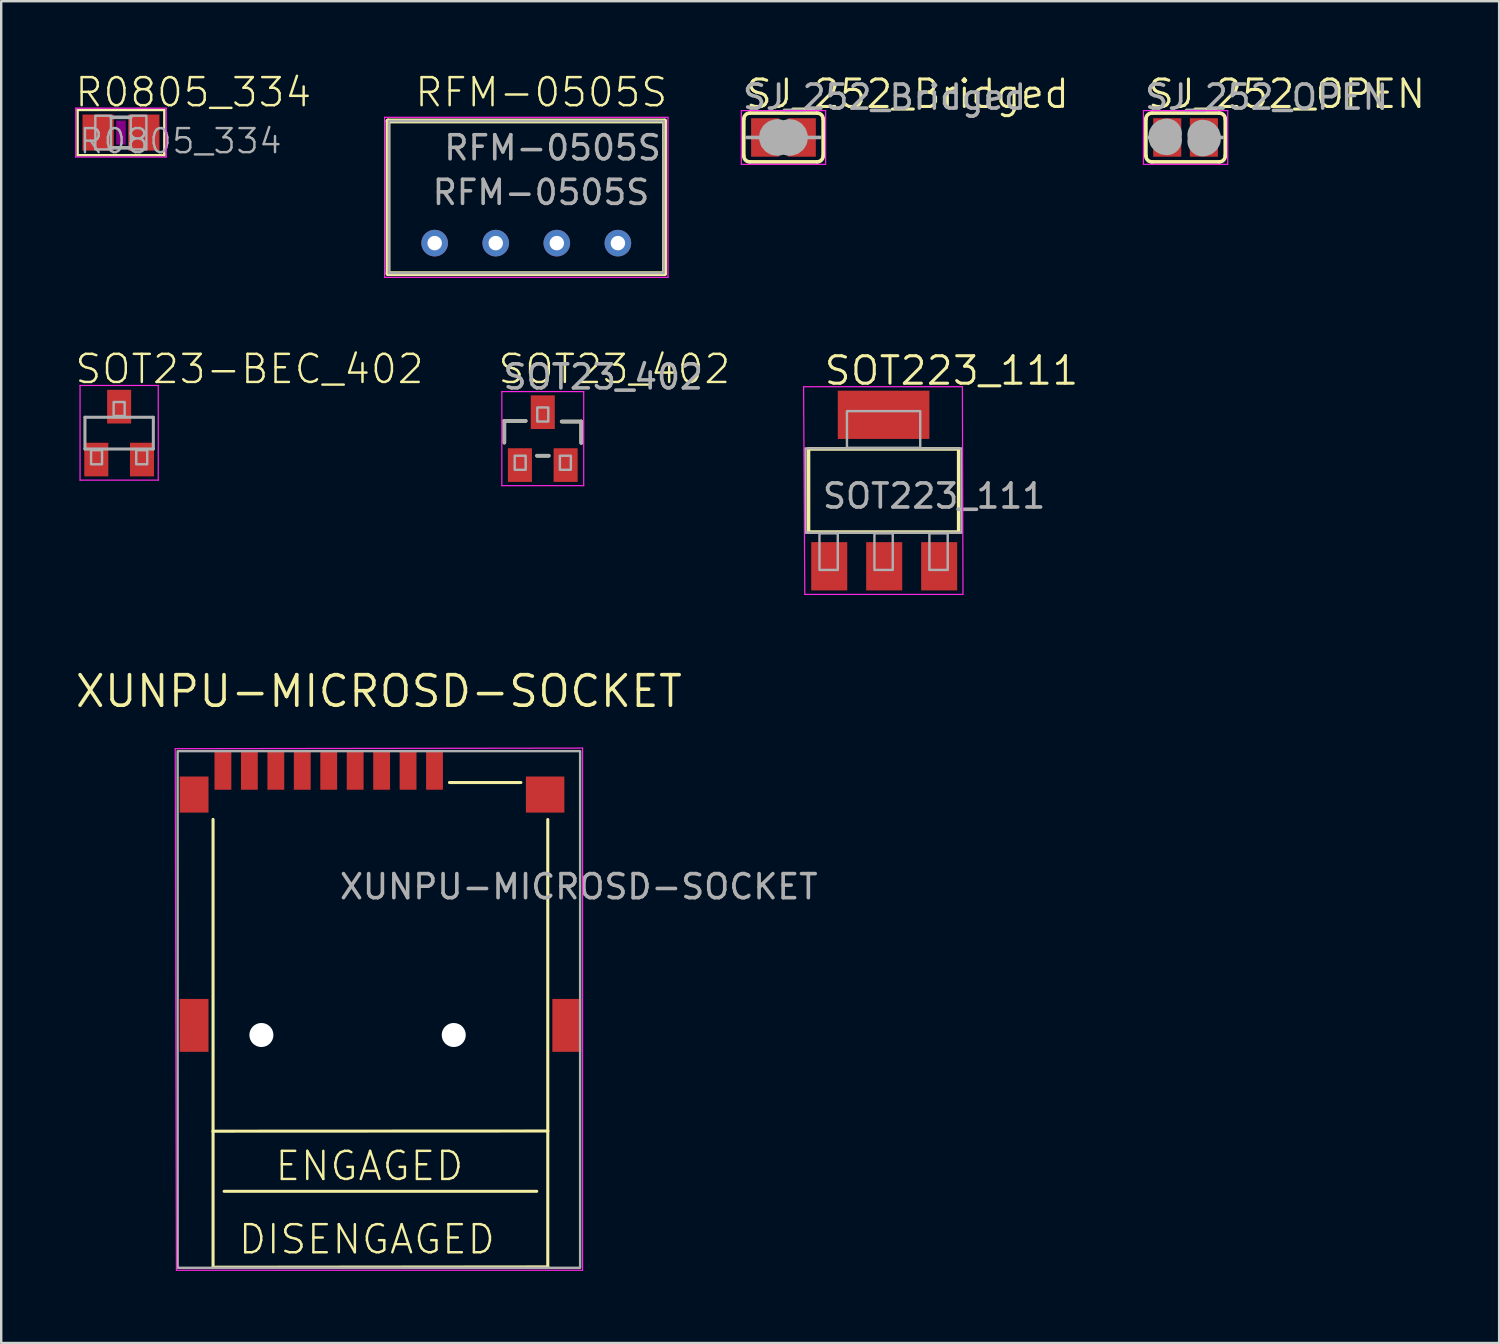
<source format=kicad_pcb>
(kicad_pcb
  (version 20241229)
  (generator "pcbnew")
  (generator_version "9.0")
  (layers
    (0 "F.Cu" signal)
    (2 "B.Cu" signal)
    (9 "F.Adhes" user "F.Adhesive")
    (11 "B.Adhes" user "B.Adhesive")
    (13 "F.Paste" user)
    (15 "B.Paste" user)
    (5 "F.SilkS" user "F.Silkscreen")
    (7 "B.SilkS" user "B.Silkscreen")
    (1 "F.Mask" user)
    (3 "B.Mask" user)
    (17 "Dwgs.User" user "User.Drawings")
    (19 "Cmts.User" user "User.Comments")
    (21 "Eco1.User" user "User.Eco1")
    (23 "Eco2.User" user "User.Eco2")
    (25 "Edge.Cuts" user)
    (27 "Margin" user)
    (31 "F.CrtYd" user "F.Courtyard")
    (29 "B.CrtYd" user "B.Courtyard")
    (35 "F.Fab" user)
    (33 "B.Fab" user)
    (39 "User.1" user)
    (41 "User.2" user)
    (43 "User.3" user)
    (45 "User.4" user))
  (footprint "SOT223_111"
    (layer "F.Cu")
    (at 33.697 17.351)
    (property "Reference" "SOT223_111" (at -2.54 -4.318 0) (unlocked yes) (layer "F.SilkS") (effects (font (size 1.143 1.143) (thickness 0.127)) (justify left bottom)))
    (attr smd)
    (fp_line (start -3.124 -1.731) (end -3.124 1.729) (stroke (width 0.152) (type solid)) (layer "F.SilkS"))
    (fp_line (start -3.124 -1.731) (end 3.124 -1.731) (stroke (width 0.152) (type solid)) (layer "F.SilkS"))
    (fp_line (start 3.124 1.729) (end -3.124 1.729) (stroke (width 0.152) (type solid)) (layer "F.SilkS"))
    (fp_line (start 3.124 1.729) (end 3.124 -1.731) (stroke (width 0.152) (type solid)) (layer "F.SilkS"))
    (fp_line (start -3.327 -4.318) (end 3.277 -4.318) (stroke (width 0.05) (type default)) (layer "F.CrtYd"))
    (fp_line (start -3.277 4.318) (end -3.327 -4.318) (stroke (width 0.05) (type default)) (layer "F.CrtYd"))
    (fp_line (start 3.277 -4.318) (end 3.302 4.318) (stroke (width 0.05) (type default)) (layer "F.CrtYd"))
    (fp_line (start 3.302 4.318) (end -3.277 4.318) (stroke (width 0.05) (type default)) (layer "F.CrtYd"))
    (fp_rect (start -3.251 -1.753) (end 3.251 1.753) (stroke (width 0.1) (type default)) (fill no) (layer "F.Fab"))
    (fp_poly (pts (xy -2.667 3.302) (xy -1.905 3.302) (xy -1.905 1.778) (xy -2.667 1.778)) (stroke (width 0.1) (type default)) (fill no) (layer "F.Fab"))
    (fp_poly (pts (xy -1.524 -1.778) (xy 1.524 -1.778) (xy 1.524 -3.302) (xy -1.524 -3.302)) (stroke (width 0.1) (type default)) (fill no) (layer "F.Fab"))
    (fp_poly (pts (xy -0.381 3.302) (xy 0.381 3.302) (xy 0.381 1.778) (xy -0.381 1.778)) (stroke (width 0.1) (type default)) (fill no) (layer "F.Fab"))
    (fp_poly (pts (xy 1.905 3.302) (xy 2.667 3.302) (xy 2.667 1.778) (xy 1.905 1.778)) (stroke (width 0.1) (type default)) (fill no) (layer "F.Fab"))
    (fp_text user "${REFERENCE}" (at -2.616 0.813 0) (unlocked yes) (layer "F.Fab") (effects (font (size 1 1) (thickness 0.15)) (justify left bottom)))
    (pad "1" smd rect (at -2.261 3.15) (size 1.499 2.007) (layers "F.Cu" "F.Mask" "F.Paste"))
    (pad "2" smd rect (at 0.025 3.15) (size 1.499 2.007) (layers "F.Cu" "F.Mask" "F.Paste"))
    (pad "3" smd rect (at 2.311 3.15) (size 1.499 2.007) (layers "F.Cu" "F.Mask" "F.Paste"))
    (pad "4" smd rect (at 0 -3.15) (size 3.81 2.007) (layers "F.Cu" "F.Mask" "F.Paste")))
  (footprint "R0805_334"
    (layer "F.Cu")
    (at 1.981 2.464)
    (property "Reference" "R0805_334" (at -1.981 -0.991 0) (unlocked yes) (layer "F.SilkS") (effects (font (size 1.168 1.168) (thickness 0.102)) (justify left bottom)))
    (attr smd)
    (fp_line (start -1.803 -0.94) (end 1.803 -0.94) (stroke (width 0.1) (type default)) (layer "F.SilkS"))
    (fp_line (start -1.803 0.94) (end -1.803 -0.94) (stroke (width 0.1) (type default)) (layer "F.SilkS"))
    (fp_line (start 1.803 -0.94) (end 1.803 0.889) (stroke (width 0.1) (type default)) (layer "F.SilkS"))
    (fp_line (start 1.803 0.889) (end 1.803 0.94) (stroke (width 0.1) (type default)) (layer "F.SilkS"))
    (fp_line (start 1.803 0.94) (end -1.803 0.94) (stroke (width 0.1) (type default)) (layer "F.SilkS"))
    (fp_poly (pts (xy -0.2 0.5) (xy 0.2 0.5) (xy 0.2 -0.5) (xy -0.2 -0.5)) (stroke (width 0) (type default)) (fill yes) (layer "F.Adhes"))
    (fp_line (start -1.88 -1.016) (end 1.88 -1.016) (stroke (width 0.051) (type solid)) (layer "F.CrtYd"))
    (fp_line (start -1.88 1.016) (end -1.88 -1.016) (stroke (width 0.051) (type solid)) (layer "F.CrtYd"))
    (fp_line (start 1.88 -1.016) (end 1.88 1.016) (stroke (width 0.051) (type solid)) (layer "F.CrtYd"))
    (fp_line (start 1.88 1.016) (end -1.88 1.016) (stroke (width 0.051) (type solid)) (layer "F.CrtYd"))
    (fp_line (start -0.41 -0.635) (end 0.41 -0.635) (stroke (width 0.152) (type solid)) (layer "F.Fab"))
    (fp_line (start -0.41 0.635) (end 0.41 0.635) (stroke (width 0.152) (type solid)) (layer "F.Fab"))
    (fp_poly (pts (xy -1.067 0.699) (xy -0.417 0.699) (xy -0.417 -0.702) (xy -1.067 -0.702)) (stroke (width 0.1) (type default)) (fill no) (layer "F.Fab"))
    (fp_poly (pts (xy 0.406 0.699) (xy 1.056 0.699) (xy 1.056 -0.702) (xy 0.406 -0.702)) (stroke (width 0.1) (type default)) (fill no) (layer "F.Fab"))
    (fp_text user "${REFERENCE}" (at -1.803 0.94 0) (unlocked yes) (layer "F.Fab") (effects (font (size 1 1) (thickness 0.1)) (justify left bottom)))
    (pad "1" smd rect (at -0.95 0) (size 1.3 1.5) (layers "F.Cu" "F.Mask" "F.Paste"))
    (pad "2" smd rect (at 0.95 0) (size 1.3 1.5) (layers "F.Cu" "F.Mask" "F.Paste")))
  (footprint "XUNPU-MICROSD-SOCKET"
    (layer "F.Cu")
    (at 12.771 36.469)
    (property "Reference" "XUNPU-MICROSD-SOCKET" (at -0.064 -10.77 0) (layer "F.SilkS") (effects (font (size 1.27 1.27) (thickness 0.15))))
    (fp_line (start -6.96 7.518) (end -6.96 -5.442) (stroke (width 0.127) (type solid)) (layer "F.SilkS"))
    (fp_line (start -6.96 7.533) (end -6.96 13.183) (stroke (width 0.127) (type solid)) (layer "F.SilkS"))
    (fp_line (start -6.96 13.183) (end 6.96 13.168) (stroke (width 0.127) (type solid)) (layer "F.SilkS"))
    (fp_line (start -6.5 10.025) (end 6.5 10.025) (stroke (width 0.127) (type solid)) (layer "F.SilkS"))
    (fp_line (start 2.87 -6.975) (end 5.842 -6.975) (stroke (width 0.127) (type solid)) (layer "F.SilkS"))
    (fp_line (start 6.96 -5.436) (end 6.96 7.518) (stroke (width 0.127) (type solid)) (layer "F.SilkS"))
    (fp_line (start 6.96 7.518) (end -6.96 7.525) (stroke (width 0.127) (type solid)) (layer "F.SilkS"))
    (fp_line (start 6.96 13.168) (end 6.96 7.518) (stroke (width 0.127) (type solid)) (layer "F.SilkS"))
    (fp_line (start -8.534 -8.382) (end -8.484 13.31) (stroke (width 0.05) (type default)) (layer "F.CrtYd"))
    (fp_line (start -8.534 -8.382) (end 8.407 -8.407) (stroke (width 0.05) (type default)) (layer "F.CrtYd"))
    (fp_line (start 8.407 -8.407) (end 8.407 13.31) (stroke (width 0.05) (type default)) (layer "F.CrtYd"))
    (fp_line (start 8.407 13.31) (end -8.484 13.31) (stroke (width 0.05) (type default)) (layer "F.CrtYd"))
    (fp_rect (start -8.433 -8.28) (end 8.306 13.208) (stroke (width 0.1) (type default)) (fill no) (layer "F.Fab"))
    (fp_text user "DISENGAGED" (at -5.969 12.707 0) (unlocked yes) (layer "F.SilkS") (effects (font (size 1.168 1.168) (thickness 0.102)) (justify left bottom)))
    (fp_text user "ENGAGED" (at -4.445 9.659 0) (unlocked yes) (layer "F.SilkS") (effects (font (size 1.168 1.168) (thickness 0.102)) (justify left bottom)))
    (fp_text user "${REFERENCE}" (at -1.778 -2.057 0) (unlocked yes) (layer "F.Fab") (effects (font (size 1 1) (thickness 0.15)) (justify left bottom)))
    (pad "" np_thru_hole circle (at -4.95 3.525) (size 1 1) (drill 1) (layers "*.Cu" "*.Mask"))
    (pad "" np_thru_hole circle (at 3.05 3.525) (size 1 1) (drill 1) (layers "*.Cu" "*.Mask"))
    (pad "1" smd rect (at 2.25 -7.475 90) (size 1.6 0.7) (layers "F.Cu" "F.Mask" "F.Paste"))
    (pad "2" smd rect (at 1.15 -7.475 90) (size 1.6 0.7) (layers "F.Cu" "F.Mask" "F.Paste"))
    (pad "3" smd rect (at 0.05 -7.475 90) (size 1.6 0.7) (layers "F.Cu" "F.Mask" "F.Paste"))
    (pad "4" smd rect (at -1.05 -7.475 90) (size 1.6 0.7) (layers "F.Cu" "F.Mask" "F.Paste"))
    (pad "5" smd rect (at -2.15 -7.475 90) (size 1.6 0.7) (layers "F.Cu" "F.Mask" "F.Paste"))
    (pad "6" smd rect (at -3.25 -7.475 90) (size 1.6 0.7) (layers "F.Cu" "F.Mask" "F.Paste"))
    (pad "7" smd rect (at -4.35 -7.475 90) (size 1.6 0.7) (layers "F.Cu" "F.Mask" "F.Paste"))
    (pad "8" smd rect (at -5.45 -7.475 90) (size 1.6 0.7) (layers "F.Cu" "F.Mask" "F.Paste"))
    (pad "CD" smd rect (at -6.55 -7.475 90) (size 1.6 0.7) (layers "F.Cu" "F.Mask" "F.Paste"))
    (pad "GND1" smd rect (at -7.75 -6.475) (size 1.2 1.5) (layers "F.Cu" "F.Mask" "F.Paste"))
    (pad "GND2" smd rect (at -7.75 3.125) (size 1.2 2.2) (layers "F.Cu" "F.Mask" "F.Paste"))
    (pad "GND3" smd rect (at 7.75 3.125) (size 1.2 2.2) (layers "F.Cu" "F.Mask" "F.Paste"))
    (pad "GND4" smd rect (at 6.85 -6.475) (size 1.6 1.5) (layers "F.Cu" "F.Mask" "F.Paste")))
  (footprint "RFM-0505S"
    (layer "F.Cu")
    (at 18.837 7.061)
    (property "Reference" "RFM-0505S" (at -4.699 -5.588 0) (unlocked yes) (layer "F.SilkS") (effects (font (size 1.168 1.168) (thickness 0.102)) (justify left bottom)))
    (fp_line (start -5.75 -5.08) (end -5.75 1.27) (stroke (width 0.2) (type solid)) (layer "F.SilkS"))
    (fp_line (start -5.75 1.27) (end 5.75 1.27) (stroke (width 0.2) (type solid)) (layer "F.SilkS"))
    (fp_line (start 5.75 -5.08) (end -5.75 -5.08) (stroke (width 0.2) (type solid)) (layer "F.SilkS"))
    (fp_line (start 5.75 1.27) (end 5.75 -5.08) (stroke (width 0.2) (type solid)) (layer "F.SilkS"))
    (fp_line (start -5.893 -5.232) (end 5.893 -5.232) (stroke (width 0.05) (type default)) (layer "F.CrtYd"))
    (fp_line (start -5.893 1.422) (end -5.893 -5.232) (stroke (width 0.05) (type default)) (layer "F.CrtYd"))
    (fp_line (start 5.893 -5.232) (end 5.893 1.422) (stroke (width 0.05) (type default)) (layer "F.CrtYd"))
    (fp_line (start 5.893 1.422) (end -5.893 1.422) (stroke (width 0.05) (type default)) (layer "F.CrtYd"))
    (fp_rect (start -5.715 -5.08) (end 5.715 1.245) (stroke (width 0.1) (type default)) (fill no) (layer "F.Fab"))
    (fp_text user "${REFERENCE}" (at -3.505 -3.378 0) (unlocked yes) (layer "F.Fab") (effects (font (size 1 1) (thickness 0.15)) (justify left bottom)))
    (fp_text user "RFM-0505S" (at -3.988 -1.524 0) (unlocked yes) (layer "F.Fab") (effects (font (size 1 1) (thickness 0.15)) (justify left bottom)))
    (pad "1" thru_hole circle (at -3.81 0 90) (size 1.108 1.108) (drill 0.6) (layers "*.Cu" "*.Mask"))
    (pad "2" thru_hole circle (at -1.27 0 90) (size 1.108 1.108) (drill 0.6) (layers "*.Cu" "*.Mask"))
    (pad "3" thru_hole circle (at 1.27 0 90) (size 1.108 1.108) (drill 0.6) (layers "*.Cu" "*.Mask"))
    (pad "4" thru_hole circle (at 3.81 0 90) (size 1.108 1.108) (drill 0.6) (layers "*.Cu" "*.Mask")))
  (footprint "SJ_252_OPEN"
    (layer "F.Cu")
    (at 46.256 2.667)
    (property "Reference" "SJ_252_OPEN" (at -1.651 -1.143 0) (unlocked yes) (layer "F.SilkS") (effects (font (size 1.143 1.143) (thickness 0.127)) (justify left bottom)))
    (fp_poly (pts (xy -0.076 0.914) (xy 0.076 0.914) (xy 0.076 -0.914) (xy -0.076 -0.914)) (stroke (width 0) (type default)) (fill yes) (layer "F.Mask"))
    (fp_line (start -1.651 0.762) (end -1.651 -0.762) (stroke (width 0.152) (type solid)) (layer "F.SilkS"))
    (fp_line (start -1.397 -1.016) (end 1.397 -1.016) (stroke (width 0.152) (type solid)) (layer "F.SilkS"))
    (fp_line (start 1.397 1.016) (end -1.397 1.016) (stroke (width 0.152) (type solid)) (layer "F.SilkS"))
    (fp_line (start 1.651 0.762) (end 1.651 -0.762) (stroke (width 0.152) (type solid)) (layer "F.SilkS"))
    (fp_arc (start -1.651 -0.762) (mid -1.576605 -0.941605) (end -1.397 -1.016) (stroke (width 0.1524) (type solid)) (layer "F.SilkS"))
    (fp_arc (start -1.397 1.016) (mid -1.576605 0.941605) (end -1.651 0.762) (stroke (width 0.1524) (type solid)) (layer "F.SilkS"))
    (fp_arc (start 1.397 -1.016) (mid 1.576605 -0.941605) (end 1.651 -0.762) (stroke (width 0.1524) (type solid)) (layer "F.SilkS"))
    (fp_arc (start 1.651 0.762) (mid 1.576605 0.941605) (end 1.397 1.016) (stroke (width 0.1524) (type solid)) (layer "F.SilkS"))
    (fp_line (start -1.753 -1.118) (end -1.753 1.118) (stroke (width 0.05) (type default)) (layer "F.CrtYd"))
    (fp_line (start -1.753 1.118) (end 1.753 1.118) (stroke (width 0.05) (type default)) (layer "F.CrtYd"))
    (fp_line (start -1.422 -1.118) (end -1.753 -1.118) (stroke (width 0.05) (type default)) (layer "F.CrtYd"))
    (fp_line (start 1.753 -1.118) (end -1.422 -1.118) (stroke (width 0.05) (type default)) (layer "F.CrtYd"))
    (fp_line (start 1.753 1.118) (end 1.753 -1.118) (stroke (width 0.05) (type default)) (layer "F.CrtYd"))
    (fp_line (start -1.016 0) (end -1.524 0) (stroke (width 0.152) (type solid)) (layer "F.Fab"))
    (fp_line (start 1.016 0) (end 1.524 0) (stroke (width 0.152) (type solid)) (layer "F.Fab"))
    (fp_arc (start -0.7874 0.1016) (mid -0.9144 -0.0254) (end -0.7874 -0.1524) (stroke (width 1.27) (type solid)) (layer "F.Fab"))
    (fp_arc (start 0.7112 -0.1016) (mid 0.8382 0.0254) (end 0.7112 0.1524) (stroke (width 1.27) (type solid)) (layer "F.Fab"))
    (fp_text user "${REFERENCE}" (at -1.778 -1.092 0) (unlocked yes) (layer "F.Fab") (effects (font (size 1 1) (thickness 0.15)) (justify left bottom)))
    (pad "1" smd rect (at -0.762 0) (size 1.168 1.6) (layers "F.Cu" "F.Mask" "F.Paste"))
    (pad "2" smd rect (at 0.762 0) (size 1.168 1.6) (layers "F.Cu" "F.Mask" "F.Paste")))
  (footprint "SOT23_402"
    (layer "F.Cu")
    (at 19.523 15.192)
    (property "Reference" "SOT23_402" (at -1.93 -2.21 0) (unlocked yes) (layer "F.SilkS") (effects (font (size 1.168 1.168) (thickness 0.102)) (justify left bottom)))
    (attr smd)
    (fp_line (start -1.6 -0.737) (end -0.711 -0.737) (stroke (width 0.152) (type solid)) (layer "F.SilkS"))
    (fp_line (start -1.6 0.165) (end -1.6 -0.737) (stroke (width 0.152) (type solid)) (layer "F.SilkS"))
    (fp_line (start 0.241 0.711) (end -0.241 0.711) (stroke (width 0.152) (type solid)) (layer "F.SilkS"))
    (fp_line (start 0.787 -0.711) (end 1.6 -0.711) (stroke (width 0.152) (type solid)) (layer "F.SilkS"))
    (fp_line (start 1.6 -0.711) (end 1.6 0.178) (stroke (width 0.152) (type solid)) (layer "F.SilkS"))
    (fp_line (start -1.702 -1.956) (end 1.702 -1.956) (stroke (width 0.05) (type default)) (layer "F.CrtYd"))
    (fp_line (start -1.702 1.956) (end -1.702 -1.956) (stroke (width 0.05) (type default)) (layer "F.CrtYd"))
    (fp_line (start 1.702 -1.956) (end 1.702 1.956) (stroke (width 0.05) (type solid)) (layer "F.CrtYd"))
    (fp_line (start 1.702 1.956) (end -1.702 1.956) (stroke (width 0.05) (type default)) (layer "F.CrtYd"))
    (fp_line (start -1.6 -0.737) (end -0.711 -0.737) (stroke (width 0.152) (type solid)) (layer "F.Fab"))
    (fp_line (start -1.6 0.165) (end -1.6 -0.724) (stroke (width 0.152) (type solid)) (layer "F.Fab"))
    (fp_line (start 0.254 0.711) (end -0.229 0.711) (stroke (width 0.152) (type solid)) (layer "F.Fab"))
    (fp_line (start 0.787 -0.711) (end 1.6 -0.711) (stroke (width 0.152) (type solid)) (layer "F.Fab"))
    (fp_line (start 1.6 -0.711) (end 1.6 0.178) (stroke (width 0.152) (type solid)) (layer "F.Fab"))
    (fp_poly (pts (xy -1.168 1.295) (xy -0.711 1.295) (xy -0.711 0.711) (xy -1.168 0.711)) (stroke (width 0.1) (type default)) (fill no) (layer "F.Fab"))
    (fp_poly (pts (xy -0.229 -0.711) (xy 0.229 -0.711) (xy 0.229 -1.295) (xy -0.229 -1.295)) (stroke (width 0.1) (type default)) (fill no) (layer "F.Fab"))
    (fp_poly (pts (xy 0.711 1.295) (xy 1.168 1.295) (xy 1.168 0.711) (xy 0.711 0.711)) (stroke (width 0.1) (type default)) (fill no) (layer "F.Fab"))
    (fp_text user "${REFERENCE}" (at -1.727 -1.981 0) (unlocked yes) (layer "F.Fab") (effects (font (size 1 1) (thickness 0.15)) (justify left bottom)))
    (pad "1" smd rect (at -0.95 1.1) (size 1 1.4) (layers "F.Cu" "F.Mask" "F.Paste"))
    (pad "2" smd rect (at 0.95 1.1) (size 1 1.4) (layers "F.Cu" "F.Mask" "F.Paste"))
    (pad "3" smd rect (at 0 -1.1) (size 1 1.4) (layers "F.Cu" "F.Mask" "F.Paste")))
  (footprint "SJ_252_Bridged"
    (layer "F.Cu")
    (at 29.533 2.667)
    (property "Reference" "SJ_252_Bridged" (at -1.651 -1.143 0) (unlocked yes) (layer "F.SilkS") (effects (font (size 1.143 1.143) (thickness 0.127)) (justify left bottom)))
    (fp_poly (pts (xy -0.076 0.914) (xy 0.076 0.914) (xy 0.076 -0.914) (xy -0.076 -0.914)) (stroke (width 0) (type default)) (fill yes) (layer "F.Mask"))
    (fp_line (start -1.651 0.762) (end -1.651 -0.762) (stroke (width 0.152) (type solid)) (layer "F.SilkS"))
    (fp_line (start -1.397 -1.016) (end 1.397 -1.016) (stroke (width 0.152) (type solid)) (layer "F.SilkS"))
    (fp_line (start 1.397 1.016) (end -1.397 1.016) (stroke (width 0.152) (type solid)) (layer "F.SilkS"))
    (fp_line (start 1.651 0.762) (end 1.651 -0.762) (stroke (width 0.152) (type solid)) (layer "F.SilkS"))
    (fp_arc (start -1.651 -0.762) (mid -1.576605 -0.941605) (end -1.397 -1.016) (stroke (width 0.1524) (type solid)) (layer "F.SilkS"))
    (fp_arc (start -1.397 1.016) (mid -1.576605 0.941605) (end -1.651 0.762) (stroke (width 0.1524) (type solid)) (layer "F.SilkS"))
    (fp_arc (start 1.397 -1.016) (mid 1.576605 -0.941605) (end 1.651 -0.762) (stroke (width 0.1524) (type solid)) (layer "F.SilkS"))
    (fp_arc (start 1.651 0.762) (mid 1.576605 0.941605) (end 1.397 1.016) (stroke (width 0.1524) (type solid)) (layer "F.SilkS"))
    (fp_line (start -1.753 -1.118) (end -1.753 1.118) (stroke (width 0.05) (type default)) (layer "F.CrtYd"))
    (fp_line (start -1.753 1.118) (end 1.753 1.118) (stroke (width 0.05) (type default)) (layer "F.CrtYd"))
    (fp_line (start -1.422 -1.118) (end -1.753 -1.118) (stroke (width 0.05) (type default)) (layer "F.CrtYd"))
    (fp_line (start 1.753 -1.118) (end -1.422 -1.118) (stroke (width 0.05) (type default)) (layer "F.CrtYd"))
    (fp_line (start 1.753 1.118) (end 1.753 -1.118) (stroke (width 0.05) (type default)) (layer "F.CrtYd"))
    (fp_line (start -1.016 0) (end -1.524 0) (stroke (width 0.152) (type solid)) (layer "F.Fab"))
    (fp_line (start 1.016 0) (end 1.524 0) (stroke (width 0.152) (type solid)) (layer "F.Fab"))
    (fp_arc (start -0.254 0.127) (mid -0.381 0) (end -0.254 -0.127) (stroke (width 1.27) (type solid)) (layer "F.Fab"))
    (fp_arc (start 0.254 -0.127) (mid 0.381 0) (end 0.254 0.127) (stroke (width 1.27) (type solid)) (layer "F.Fab"))
    (fp_text user "${REFERENCE}" (at -1.778 -1.092 0) (unlocked yes) (layer "F.Fab") (effects (font (size 1 1) (thickness 0.15)) (justify left bottom)))
    (pad "1" smd rect (at -0.762 0) (size 1.168 1.6) (layers "F.Cu" "F.Mask" "F.Paste"))
    (pad "2" smd rect (at 0.762 0) (size 1.168 1.6) (layers "F.Cu" "F.Mask" "F.Paste")))
  (footprint "SOT23-BEC_402"
    (layer "F.Cu")
    (at 1.905 14.963)
    (property "Reference" "SOT23-BEC_402" (at -1.905 -1.981 0) (unlocked yes) (layer "F.SilkS") (effects (font (size 1.168 1.168) (thickness 0.102)) (justify left bottom)))
    (attr smd)
    (fp_line (start -1.626 -1.981) (end 1.626 -1.981) (stroke (width 0.05) (type default)) (layer "F.CrtYd"))
    (fp_line (start -1.626 1.956) (end -1.626 -1.981) (stroke (width 0.05) (type default)) (layer "F.CrtYd"))
    (fp_line (start 1.626 -1.981) (end 1.626 1.956) (stroke (width 0.05) (type default)) (layer "F.CrtYd"))
    (fp_line (start 1.626 1.956) (end -1.626 1.956) (stroke (width 0.05) (type default)) (layer "F.CrtYd"))
    (fp_line (start -1.422 -0.66) (end 1.422 -0.66) (stroke (width 0.127) (type solid)) (layer "F.Fab"))
    (fp_line (start -1.422 0.66) (end -1.422 -0.66) (stroke (width 0.127) (type solid)) (layer "F.Fab"))
    (fp_line (start 1.422 -0.66) (end 1.422 0.66) (stroke (width 0.127) (type solid)) (layer "F.Fab"))
    (fp_line (start 1.422 0.66) (end -1.422 0.66) (stroke (width 0.127) (type solid)) (layer "F.Fab"))
    (fp_poly (pts (xy -1.168 1.295) (xy -0.711 1.295) (xy -0.711 0.711) (xy -1.168 0.711)) (stroke (width 0.1) (type default)) (fill no) (layer "F.Fab"))
    (fp_poly (pts (xy -0.229 -0.711) (xy 0.229 -0.711) (xy 0.229 -1.295) (xy -0.229 -1.295)) (stroke (width 0.1) (type default)) (fill no) (layer "F.Fab"))
    (fp_poly (pts (xy 0.711 1.295) (xy 1.168 1.295) (xy 1.168 0.711) (xy 0.711 0.711)) (stroke (width 0.1) (type default)) (fill no) (layer "F.Fab"))
    (pad "B" smd rect (at -0.95 1.1) (size 1 1.4) (layers "F.Cu" "F.Mask" "F.Paste"))
    (pad "C" smd rect (at 0 -1.1) (size 1 1.4) (layers "F.Cu" "F.Mask" "F.Paste"))
    (pad "E" smd rect (at 0.95 1.1) (size 1 1.4) (layers "F.Cu" "F.Mask" "F.Paste")))
  (gr_rect
    (start -3 -3)
    (end 59.296 52.804)
    (stroke (width 0.1) (type default))
    (fill no)
    (layer "Edge.Cuts")))
</source>
